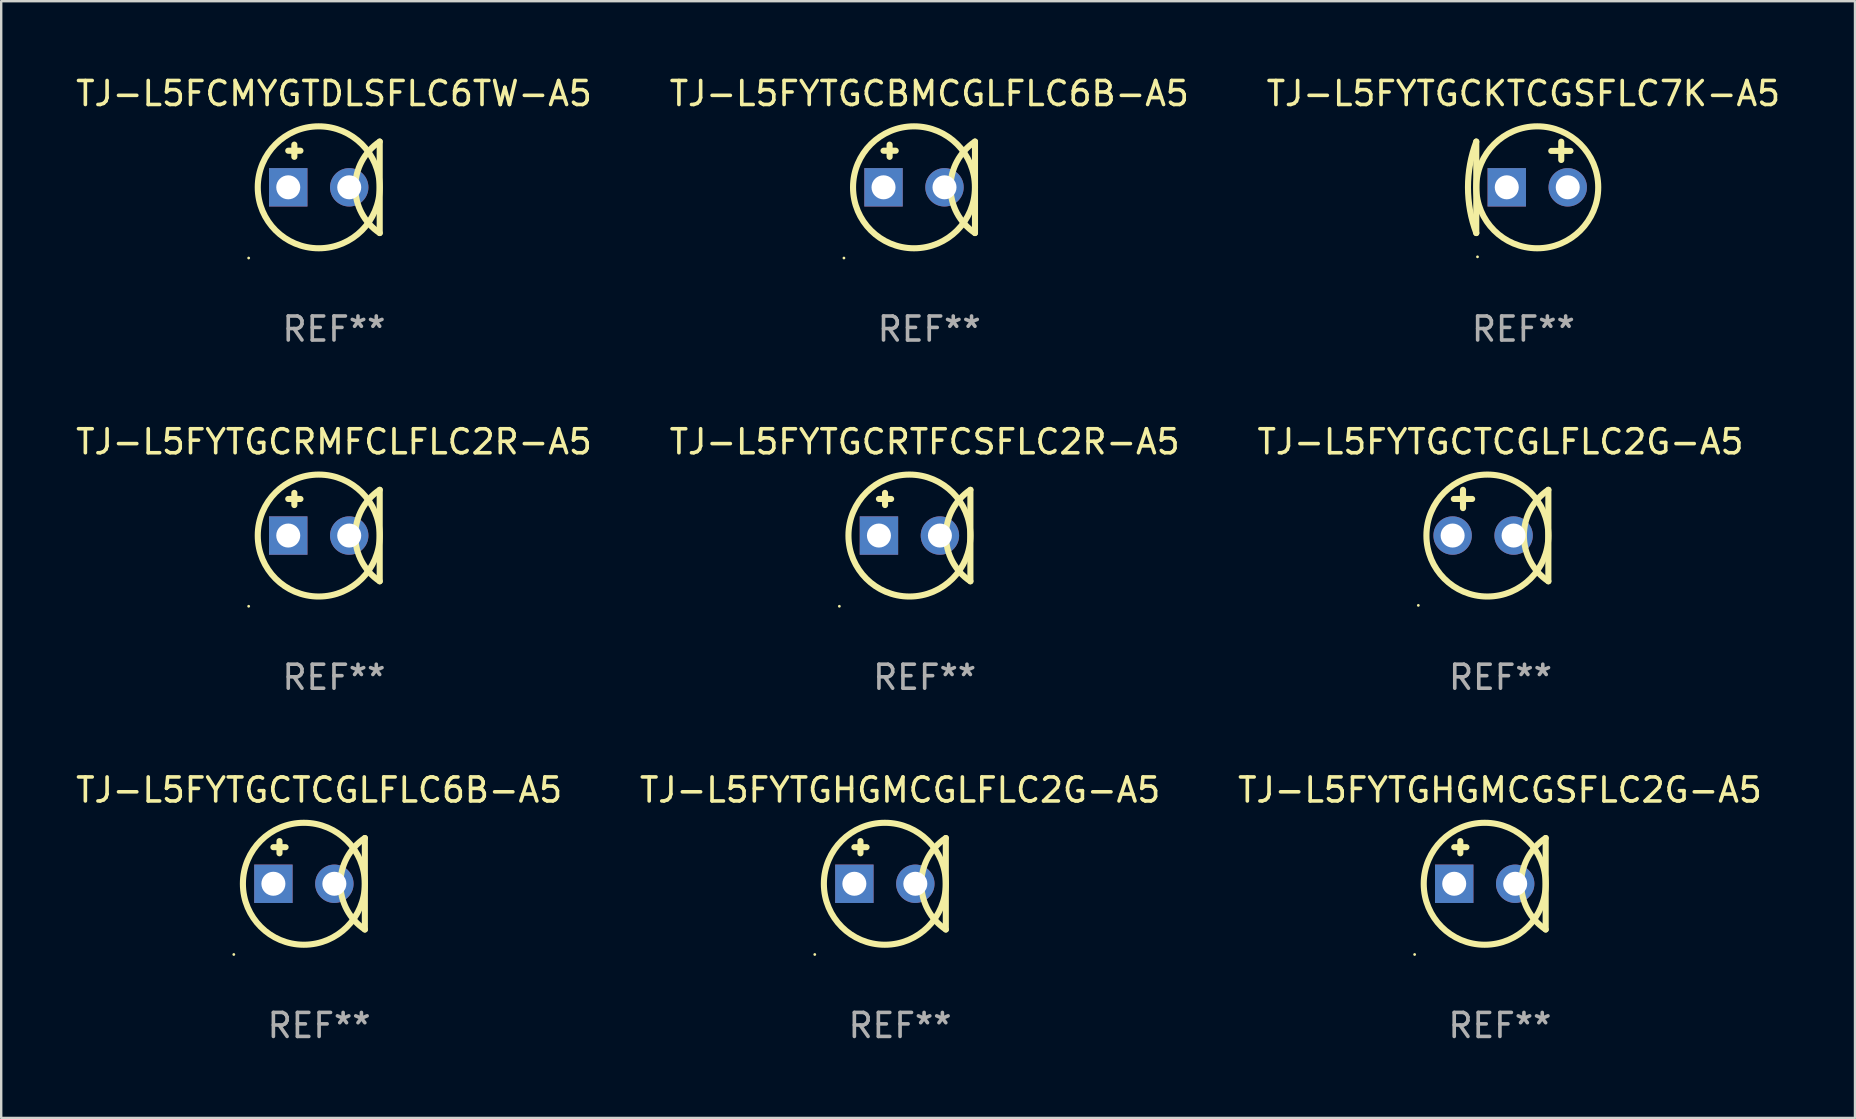
<source format=kicad_pcb>
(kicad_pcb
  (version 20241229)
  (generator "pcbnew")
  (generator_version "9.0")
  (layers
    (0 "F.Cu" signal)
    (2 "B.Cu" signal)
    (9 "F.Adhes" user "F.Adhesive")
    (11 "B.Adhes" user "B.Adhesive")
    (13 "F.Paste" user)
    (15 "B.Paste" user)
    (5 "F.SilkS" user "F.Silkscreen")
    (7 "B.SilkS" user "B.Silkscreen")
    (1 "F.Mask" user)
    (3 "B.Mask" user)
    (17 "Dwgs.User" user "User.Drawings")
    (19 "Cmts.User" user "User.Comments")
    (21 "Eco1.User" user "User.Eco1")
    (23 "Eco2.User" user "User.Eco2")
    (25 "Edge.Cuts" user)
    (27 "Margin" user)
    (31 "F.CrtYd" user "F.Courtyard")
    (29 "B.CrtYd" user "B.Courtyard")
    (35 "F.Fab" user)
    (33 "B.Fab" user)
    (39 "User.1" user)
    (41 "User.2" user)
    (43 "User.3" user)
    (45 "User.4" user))
  (footprint "TJ-L5FYTGCRTFCSFLC2R-A5"
    (layer "F.Cu")
    (at 35.47 19.26)
    (property "Reference" "TJ-L5FYTGCRTFCSFLC2R-A5" (at 0 -3.905 0) (layer "F.SilkS") (effects (font (size 1 1) (thickness 0.15))))
    (attr through_hole)
    (fp_line (start -1.905 -1.524) (end -1.397 -1.524) (stroke (width 0.254) (type solid)) (layer "F.SilkS"))
    (fp_line (start -1.651 -1.778) (end -1.651 -1.27) (stroke (width 0.254) (type solid)) (layer "F.SilkS"))
    (fp_line (start 1.905 1.905) (end 1.905 -1.905) (stroke (width 0.254) (type solid)) (layer "F.SilkS"))
    (fp_arc (start 1.904999 1.905) (mid 0.885477 0) (end 1.904999 -1.905) (stroke (width 0.254001) (type solid)) (layer "F.SilkS"))
    (fp_circle (center -3.554 2.946) (end -3.524 2.946) (stroke (width 0.06) (type solid)) (fill no) (layer "F.SilkS"))
    (fp_circle (center -0.635 0) (end 1.905 0) (stroke (width 0.254) (type solid)) (fill no) (layer "F.SilkS"))
    (fp_text user "REF**" (at 0 5.905 0) (layer "F.Fab") (effects (font (size 1 1) (thickness 0.15))))
    (pad "1" thru_hole rect (at -1.905 0) (size 1.6 1.6) (drill 1) (layers "*.Cu" "*.Mask"))
    (pad "2" thru_hole circle (at 0.635 0) (size 1.6 1.6) (drill 1) (layers "*.Cu" "*.Mask")))
  (footprint "TJ-L5FYTGHGMCGSFLC2G-A5"
    (layer "F.Cu")
    (at 59.435 33.766)
    (property "Reference" "TJ-L5FYTGHGMCGSFLC2G-A5" (at 0 -3.905 0) (layer "F.SilkS") (effects (font (size 1 1) (thickness 0.15))))
    (attr through_hole)
    (fp_line (start -1.905 -1.524) (end -1.397 -1.524) (stroke (width 0.254) (type solid)) (layer "F.SilkS"))
    (fp_line (start -1.651 -1.778) (end -1.651 -1.27) (stroke (width 0.254) (type solid)) (layer "F.SilkS"))
    (fp_line (start 1.905 1.905) (end 1.905 -1.905) (stroke (width 0.254) (type solid)) (layer "F.SilkS"))
    (fp_arc (start 1.904999 1.905) (mid 0.885477 0) (end 1.904999 -1.905) (stroke (width 0.254001) (type solid)) (layer "F.SilkS"))
    (fp_circle (center -3.554 2.946) (end -3.524 2.946) (stroke (width 0.06) (type solid)) (fill no) (layer "F.SilkS"))
    (fp_circle (center -0.635 0) (end 1.905 0) (stroke (width 0.254) (type solid)) (fill no) (layer "F.SilkS"))
    (fp_text user "REF**" (at 0 5.905 0) (layer "F.Fab") (effects (font (size 1 1) (thickness 0.15))))
    (pad "1" thru_hole rect (at -1.905 0) (size 1.6 1.6) (drill 1) (layers "*.Cu" "*.Mask"))
    (pad "2" thru_hole circle (at 0.635 0) (size 1.6 1.6) (drill 1) (layers "*.Cu" "*.Mask")))
  (footprint "TJ-L5FCMYGTDLSFLC6TW-A5"
    (layer "F.Cu")
    (at 10.863 4.753)
    (property "Reference" "TJ-L5FCMYGTDLSFLC6TW-A5" (at 0 -3.905 0) (layer "F.SilkS") (effects (font (size 1 1) (thickness 0.15))))
    (attr through_hole)
    (fp_line (start -1.905 -1.524) (end -1.397 -1.524) (stroke (width 0.254) (type solid)) (layer "F.SilkS"))
    (fp_line (start -1.651 -1.778) (end -1.651 -1.27) (stroke (width 0.254) (type solid)) (layer "F.SilkS"))
    (fp_line (start 1.905 1.905) (end 1.905 -1.905) (stroke (width 0.254) (type solid)) (layer "F.SilkS"))
    (fp_arc (start 1.904999 1.905) (mid 0.885477 0) (end 1.904999 -1.905) (stroke (width 0.254001) (type solid)) (layer "F.SilkS"))
    (fp_circle (center -3.554 2.946) (end -3.524 2.946) (stroke (width 0.06) (type solid)) (fill no) (layer "F.SilkS"))
    (fp_circle (center -0.635 0) (end 1.905 0) (stroke (width 0.254) (type solid)) (fill no) (layer "F.SilkS"))
    (fp_text user "REF**" (at 0 5.905 0) (layer "F.Fab") (effects (font (size 1 1) (thickness 0.15))))
    (pad "1" thru_hole rect (at -1.905 0) (size 1.6 1.6) (drill 1) (layers "*.Cu" "*.Mask"))
    (pad "2" thru_hole circle (at 0.635 0) (size 1.6 1.6) (drill 1) (layers "*.Cu" "*.Mask")))
  (footprint "TJ-L5FYTGCBMCGLFLC6B-A5"
    (layer "F.Cu")
    (at 35.661 4.753)
    (property "Reference" "TJ-L5FYTGCBMCGLFLC6B-A5" (at 0 -3.905 0) (layer "F.SilkS") (effects (font (size 1 1) (thickness 0.15))))
    (attr through_hole)
    (fp_line (start -1.905 -1.524) (end -1.397 -1.524) (stroke (width 0.254) (type solid)) (layer "F.SilkS"))
    (fp_line (start -1.651 -1.778) (end -1.651 -1.27) (stroke (width 0.254) (type solid)) (layer "F.SilkS"))
    (fp_line (start 1.905 1.905) (end 1.905 -1.905) (stroke (width 0.254) (type solid)) (layer "F.SilkS"))
    (fp_arc (start 1.904999 1.905) (mid 0.885477 0) (end 1.904999 -1.905) (stroke (width 0.254001) (type solid)) (layer "F.SilkS"))
    (fp_circle (center -3.554 2.946) (end -3.524 2.946) (stroke (width 0.06) (type solid)) (fill no) (layer "F.SilkS"))
    (fp_circle (center -0.635 0) (end 1.905 0) (stroke (width 0.254) (type solid)) (fill no) (layer "F.SilkS"))
    (fp_text user "REF**" (at 0 5.905 0) (layer "F.Fab") (effects (font (size 1 1) (thickness 0.15))))
    (pad "1" thru_hole rect (at -1.905 0) (size 1.6 1.6) (drill 1) (layers "*.Cu" "*.Mask"))
    (pad "2" thru_hole circle (at 0.635 0) (size 1.6 1.6) (drill 1) (layers "*.Cu" "*.Mask")))
  (footprint "TJ-L5FYTGCKTCGSFLC7K-A5"
    (layer "F.Cu")
    (at 60.411 4.753)
    (property "Reference" "TJ-L5FYTGCKTCGSFLC7K-A5" (at 0 -3.905 0) (layer "F.SilkS") (effects (font (size 1 1) (thickness 0.15))))
    (attr through_hole)
    (fp_line (start -1.962 -1.905) (end -1.962 1.905) (stroke (width 0.254) (type solid)) (layer "F.SilkS"))
    (fp_line (start 1.578 -1.138) (end 1.578 -1.9) (stroke (width 0.254) (type solid)) (layer "F.SilkS"))
    (fp_line (start 1.962 -1.516) (end 1.162 -1.516) (stroke (width 0.254) (type solid)) (layer "F.SilkS"))
    (fp_arc (start -1.961996 1.905) (mid -2.307438 0) (end -1.961996 -1.905) (stroke (width 0.254001) (type solid)) (layer "F.SilkS"))
    (fp_circle (center -1.911 2.896) (end -1.881 2.896) (stroke (width 0.06) (type solid)) (fill no) (layer "F.SilkS"))
    (fp_circle (center 0.578 0) (end 3.118 0) (stroke (width 0.254) (type solid)) (fill no) (layer "F.SilkS"))
    (fp_text user "REF**" (at 0 5.905 0) (layer "F.Fab") (effects (font (size 1 1) (thickness 0.15))))
    (pad "1" thru_hole rect (at -0.692 0 180) (size 1.6 1.6) (drill 1) (layers "*.Cu" "*.Mask"))
    (pad "2" thru_hole circle (at 1.848 0) (size 1.6 1.6) (drill 1) (layers "*.Cu" "*.Mask")))
  (footprint "TJ-L5FYTGCRMFCLFLC2R-A5"
    (layer "F.Cu")
    (at 10.863 19.26)
    (property "Reference" "TJ-L5FYTGCRMFCLFLC2R-A5" (at 0 -3.905 0) (layer "F.SilkS") (effects (font (size 1 1) (thickness 0.15))))
    (attr through_hole)
    (fp_line (start -1.905 -1.524) (end -1.397 -1.524) (stroke (width 0.254) (type solid)) (layer "F.SilkS"))
    (fp_line (start -1.651 -1.778) (end -1.651 -1.27) (stroke (width 0.254) (type solid)) (layer "F.SilkS"))
    (fp_line (start 1.905 1.905) (end 1.905 -1.905) (stroke (width 0.254) (type solid)) (layer "F.SilkS"))
    (fp_arc (start 1.904999 1.905) (mid 0.885477 0) (end 1.904999 -1.905) (stroke (width 0.254001) (type solid)) (layer "F.SilkS"))
    (fp_circle (center -3.554 2.946) (end -3.524 2.946) (stroke (width 0.06) (type solid)) (fill no) (layer "F.SilkS"))
    (fp_circle (center -0.635 0) (end 1.905 0) (stroke (width 0.254) (type solid)) (fill no) (layer "F.SilkS"))
    (fp_text user "REF**" (at 0 5.905 0) (layer "F.Fab") (effects (font (size 1 1) (thickness 0.15))))
    (pad "1" thru_hole rect (at -1.905 0) (size 1.6 1.6) (drill 1) (layers "*.Cu" "*.Mask"))
    (pad "2" thru_hole circle (at 0.635 0) (size 1.6 1.6) (drill 1) (layers "*.Cu" "*.Mask")))
  (footprint "TJ-L5FYTGHGMCGLFLC2G-A5"
    (layer "F.Cu")
    (at 34.446 33.766)
    (property "Reference" "TJ-L5FYTGHGMCGLFLC2G-A5" (at 0 -3.905 0) (layer "F.SilkS") (effects (font (size 1 1) (thickness 0.15))))
    (attr through_hole)
    (fp_line (start -1.905 -1.524) (end -1.397 -1.524) (stroke (width 0.254) (type solid)) (layer "F.SilkS"))
    (fp_line (start -1.651 -1.778) (end -1.651 -1.27) (stroke (width 0.254) (type solid)) (layer "F.SilkS"))
    (fp_line (start 1.905 1.905) (end 1.905 -1.905) (stroke (width 0.254) (type solid)) (layer "F.SilkS"))
    (fp_arc (start 1.904999 1.905) (mid 0.885477 0) (end 1.904999 -1.905) (stroke (width 0.254001) (type solid)) (layer "F.SilkS"))
    (fp_circle (center -3.554 2.946) (end -3.524 2.946) (stroke (width 0.06) (type solid)) (fill no) (layer "F.SilkS"))
    (fp_circle (center -0.635 0) (end 1.905 0) (stroke (width 0.254) (type solid)) (fill no) (layer "F.SilkS"))
    (fp_text user "REF**" (at 0 5.905 0) (layer "F.Fab") (effects (font (size 1 1) (thickness 0.15))))
    (pad "1" thru_hole rect (at -1.905 0) (size 1.6 1.6) (drill 1) (layers "*.Cu" "*.Mask"))
    (pad "2" thru_hole circle (at 0.635 0) (size 1.6 1.6) (drill 1) (layers "*.Cu" "*.Mask")))
  (footprint "TJ-L5FYTGCTCGLFLC2G-A5"
    (layer "F.Cu")
    (at 59.458 19.26)
    (property "Reference" "TJ-L5FYTGCTCGLFLC2G-A5" (at 0 -3.905 0) (layer "F.SilkS") (effects (font (size 1 1) (thickness 0.15))))
    (attr through_hole)
    (fp_line (start -1.943 -1.524) (end -1.181 -1.524) (stroke (width 0.254) (type solid)) (layer "F.SilkS"))
    (fp_line (start -1.562 -1.143) (end -1.562 -1.905) (stroke (width 0.254) (type solid)) (layer "F.SilkS"))
    (fp_line (start 1.994 1.905) (end 1.994 -1.905) (stroke (width 0.254) (type solid)) (layer "F.SilkS"))
    (fp_arc (start 1.993899 1.905) (mid 0.974377 0) (end 1.993899 -1.905) (stroke (width 0.254001) (type solid)) (layer "F.SilkS"))
    (fp_circle (center -3.423 2.909) (end -3.393 2.909) (stroke (width 0.06) (type solid)) (fill no) (layer "F.SilkS"))
    (fp_circle (center -0.546 0) (end 1.994 0) (stroke (width 0.254) (type solid)) (fill no) (layer "F.SilkS"))
    (fp_text user "REF**" (at 0 5.905 0) (layer "F.Fab") (effects (font (size 1 1) (thickness 0.15))))
    (pad "1" thru_hole circle (at -1.994 0) (size 1.6 1.6) (drill 1) (layers "*.Cu" "*.Mask"))
    (pad "2" thru_hole circle (at 0.546 0) (size 1.6 1.6) (drill 1) (layers "*.Cu" "*.Mask")))
  (footprint "TJ-L5FYTGCTCGLFLC6B-A5"
    (layer "F.Cu")
    (at 10.244 33.766)
    (property "Reference" "TJ-L5FYTGCTCGLFLC6B-A5" (at 0 -3.905 0) (layer "F.SilkS") (effects (font (size 1 1) (thickness 0.15))))
    (attr through_hole)
    (fp_line (start -1.905 -1.524) (end -1.397 -1.524) (stroke (width 0.254) (type solid)) (layer "F.SilkS"))
    (fp_line (start -1.651 -1.778) (end -1.651 -1.27) (stroke (width 0.254) (type solid)) (layer "F.SilkS"))
    (fp_line (start 1.905 1.905) (end 1.905 -1.905) (stroke (width 0.254) (type solid)) (layer "F.SilkS"))
    (fp_arc (start 1.904999 1.905) (mid 0.885477 0) (end 1.904999 -1.905) (stroke (width 0.254001) (type solid)) (layer "F.SilkS"))
    (fp_circle (center -3.554 2.946) (end -3.524 2.946) (stroke (width 0.06) (type solid)) (fill no) (layer "F.SilkS"))
    (fp_circle (center -0.635 0) (end 1.905 0) (stroke (width 0.254) (type solid)) (fill no) (layer "F.SilkS"))
    (fp_text user "REF**" (at 0 5.905 0) (layer "F.Fab") (effects (font (size 1 1) (thickness 0.15))))
    (pad "1" thru_hole rect (at -1.905 0) (size 1.6 1.6) (drill 1) (layers "*.Cu" "*.Mask"))
    (pad "2" thru_hole circle (at 0.635 0) (size 1.6 1.6) (drill 1) (layers "*.Cu" "*.Mask")))
  (gr_rect
    (start -3 -3)
    (end 74.226 43.52)
    (stroke (width 0.1) (type default))
    (fill no)
    (layer "Edge.Cuts")))
</source>
